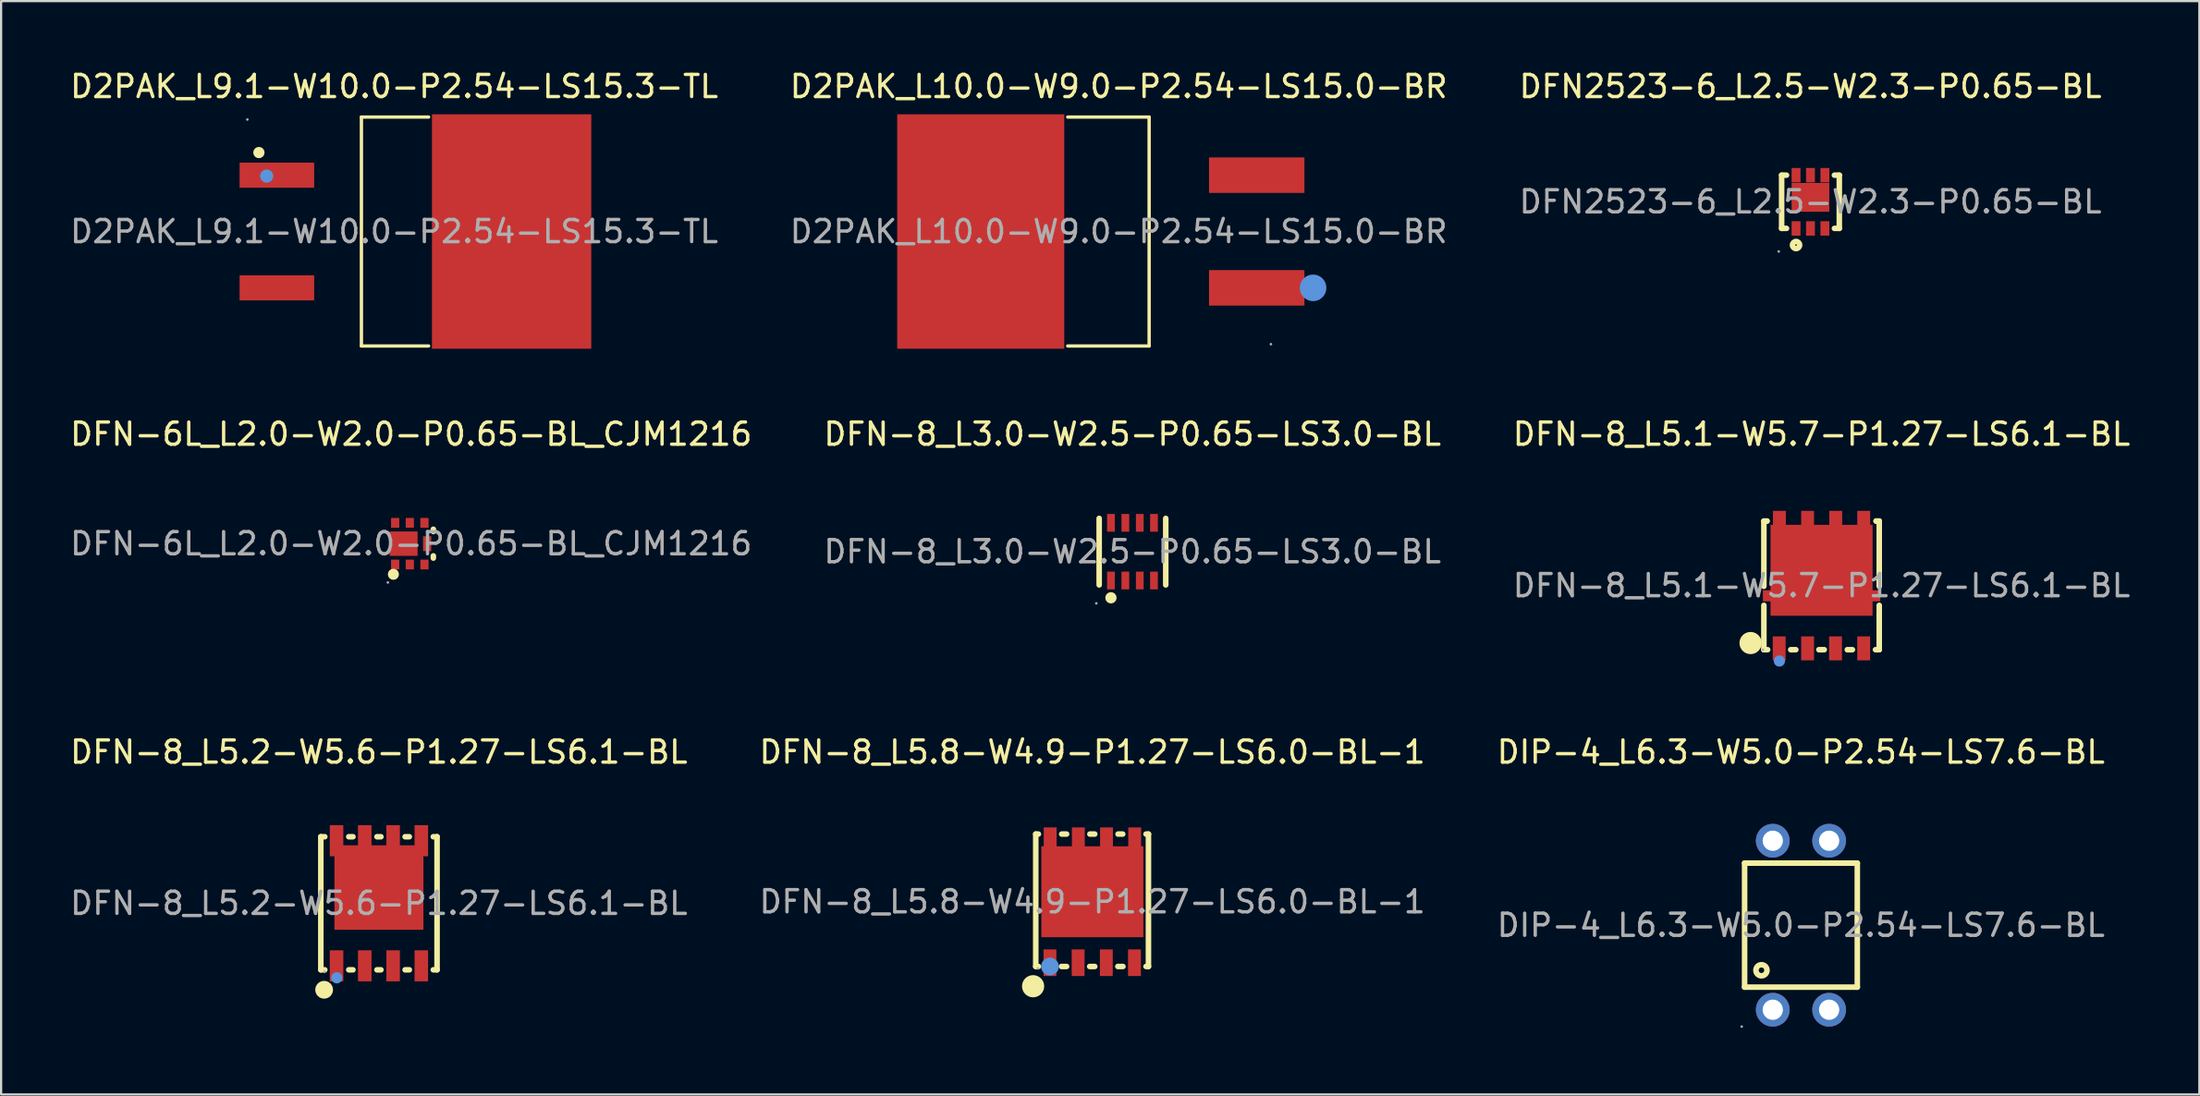
<source format=kicad_pcb>
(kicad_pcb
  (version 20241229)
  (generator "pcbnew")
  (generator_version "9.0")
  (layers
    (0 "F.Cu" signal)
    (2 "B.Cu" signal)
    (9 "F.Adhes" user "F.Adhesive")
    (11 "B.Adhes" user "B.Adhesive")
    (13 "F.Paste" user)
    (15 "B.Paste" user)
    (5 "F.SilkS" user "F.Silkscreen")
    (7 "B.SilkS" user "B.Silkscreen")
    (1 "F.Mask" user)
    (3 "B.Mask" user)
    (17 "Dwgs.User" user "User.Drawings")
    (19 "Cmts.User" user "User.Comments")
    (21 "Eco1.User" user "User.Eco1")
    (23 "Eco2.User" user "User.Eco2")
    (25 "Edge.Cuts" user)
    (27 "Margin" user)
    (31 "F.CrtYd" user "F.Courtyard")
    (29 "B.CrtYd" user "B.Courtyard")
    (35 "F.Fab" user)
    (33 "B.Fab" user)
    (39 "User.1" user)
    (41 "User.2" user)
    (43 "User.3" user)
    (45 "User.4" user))
  (footprint "DFN-8_L5.1-W5.7-P1.27-LS6.1-BL"
    (layer "F.Cu")
    (at 79.054 23.352)
    (property "Reference" "DFN-8_L5.1-W5.7-P1.27-LS6.1-BL" (at 0 -6.83 0) (layer "F.SilkS") (effects (font (size 1 1) (thickness 0.15))))
    (attr through_hole)
    (fp_line (start -2.6 -2.91) (end -2.46 -2.91) (stroke (width 0.25) (type solid)) (layer "F.SilkS"))
    (fp_line (start -2.6 0.03) (end -2.6 -2.91) (stroke (width 0.25) (type solid)) (layer "F.SilkS"))
    (fp_line (start -2.6 2.89) (end -2.6 0.89) (stroke (width 0.25) (type solid)) (layer "F.SilkS"))
    (fp_line (start -2.6 2.89) (end -2.43 2.89) (stroke (width 0.25) (type solid)) (layer "F.SilkS"))
    (fp_line (start -2.5 -2.91) (end -2.46 -2.91) (stroke (width 0.25) (type solid)) (layer "F.SilkS"))
    (fp_line (start -1.39 2.89) (end -1.16 2.89) (stroke (width 0.25) (type solid)) (layer "F.SilkS"))
    (fp_line (start -0.12 2.89) (end 0.12 2.89) (stroke (width 0.25) (type solid)) (layer "F.SilkS"))
    (fp_line (start 1.16 2.89) (end 1.39 2.89) (stroke (width 0.25) (type solid)) (layer "F.SilkS"))
    (fp_line (start 2.43 2.89) (end 2.6 2.89) (stroke (width 0.25) (type solid)) (layer "F.SilkS"))
    (fp_line (start 2.46 -2.91) (end 2.5 -2.91) (stroke (width 0.25) (type solid)) (layer "F.SilkS"))
    (fp_line (start 2.46 -2.91) (end 2.6 -2.91) (stroke (width 0.25) (type solid)) (layer "F.SilkS"))
    (fp_line (start 2.6 -2.91) (end 2.6 0.03) (stroke (width 0.25) (type solid)) (layer "F.SilkS"))
    (fp_line (start 2.6 0.89) (end 2.6 2.89) (stroke (width 0.25) (type solid)) (layer "F.SilkS"))
    (fp_arc (start -3.2 2.59) (mid -3.2 2.59) (end -3.2 2.59) (stroke (width 0.5) (type solid)) (layer "F.SilkS"))
    (fp_circle (center -1.9 3.4) (end -1.77 3.4) (stroke (width 0.25) (type solid)) (fill no) (layer "Cmts.User"))
    (fp_circle (center -2.64 2.89) (end -2.61 2.89) (stroke (width 0.06) (type solid)) (fill no) (layer "F.Fab"))
    (fp_text user "${REFERENCE}" (at 0 0 0) (layer "F.Fab") (effects (font (size 1 1) (thickness 0.15))))
    (pad "1" smd rect (at -1.91 2.83 180) (size 0.58 1.08) (layers "F.Cu" "F.Mask" "F.Paste"))
    (pad "2" smd rect (at -0.63 2.83 180) (size 0.58 1.08) (layers "F.Cu" "F.Mask" "F.Paste"))
    (pad "3" smd rect (at 0.63 2.83 180) (size 0.58 1.08) (layers "F.Cu" "F.Mask" "F.Paste"))
    (pad "4" smd rect (at 1.9 2.83 180) (size 0.58 1.08) (layers "F.Cu" "F.Mask" "F.Paste"))
    (pad "5" smd rect (at 1.9 -2.83) (size 0.58 1.08) (layers "F.Cu" "F.Mask" "F.Paste"))
    (pad "6" smd rect (at 0.64 -2.83) (size 0.58 1.08) (layers "F.Cu" "F.Mask" "F.Paste"))
    (pad "7" smd rect (at -0.63 -2.83) (size 0.58 1.08) (layers "F.Cu" "F.Mask" "F.Paste"))
    (pad "8" smd rect (at -1.9 -2.83) (size 0.58 1.08) (layers "F.Cu" "F.Mask" "F.Paste"))
    (pad "9" smd rect (at -2.17 0.46 90) (size 0.5 0.95) (layers "F.Cu" "F.Mask" "F.Paste"))
    (pad "9" smd rect (at 0 -0.69) (size 4.6 4.1) (layers "F.Cu" "F.Mask" "F.Paste"))
    (pad "9" smd rect (at 2.17 0.46 270) (size 0.5 0.95) (layers "F.Cu" "F.Mask" "F.Paste")))
  (footprint "DFN2523-6_L2.5-W2.3-P0.65-BL"
    (layer "F.Cu")
    (at 78.554 6.048)
    (property "Reference" "DFN2523-6_L2.5-W2.3-P0.65-BL" (at 0 -5.2 0) (layer "F.SilkS") (effects (font (size 1 1) (thickness 0.15))))
    (attr through_hole)
    (fp_line (start -1.3 -1.2) (end -1.08 -1.2) (stroke (width 0.25) (type solid)) (layer "F.SilkS"))
    (fp_line (start -1.3 1.2) (end -1.3 -1.2) (stroke (width 0.25) (type solid)) (layer "F.SilkS"))
    (fp_line (start -1.3 1.2) (end -1.08 1.2) (stroke (width 0.25) (type solid)) (layer "F.SilkS"))
    (fp_line (start 1.08 -1.2) (end 1.3 -1.2) (stroke (width 0.25) (type solid)) (layer "F.SilkS"))
    (fp_line (start 1.08 1.2) (end 1.3 1.2) (stroke (width 0.25) (type solid)) (layer "F.SilkS"))
    (fp_line (start 1.3 -1.2) (end 1.3 1.2) (stroke (width 0.25) (type solid)) (layer "F.SilkS"))
    (fp_circle (center -0.65 1.95) (end -0.49 1.95) (stroke (width 0.25) (type solid)) (fill no) (layer "F.SilkS"))
    (fp_circle (center -1.43 2.24) (end -1.4 2.24) (stroke (width 0.06) (type solid)) (fill no) (layer "F.Fab"))
    (fp_text user "${REFERENCE}" (at 0 0 0) (layer "F.Fab") (effects (font (size 1 1) (thickness 0.15))))
    (pad "1" smd rect (at -0.65 1.2 180) (size 0.4 0.65) (layers "F.Cu" "F.Mask" "F.Paste"))
    (pad "2" smd rect (at 0 1.2 180) (size 0.4 0.65) (layers "F.Cu" "F.Mask" "F.Paste"))
    (pad "3" smd rect (at 0.65 1.2 180) (size 0.4 0.65) (layers "F.Cu" "F.Mask" "F.Paste"))
    (pad "4" smd rect (at 0.65 -1.2 180) (size 0.4 0.65) (layers "F.Cu" "F.Mask" "F.Paste"))
    (pad "5" smd rect (at 0 -1.2 180) (size 0.4 0.65) (layers "F.Cu" "F.Mask" "F.Paste"))
    (pad "6" smd rect (at -0.65 -1.2 180) (size 0.4 0.65) (layers "F.Cu" "F.Mask" "F.Paste"))
    (pad "6" smd rect (at 0 -0.2 270) (size 1.3 1.7) (layers "F.Cu" "F.Mask" "F.Paste")))
  (footprint "D2PAK_L10.0-W9.0-P2.54-LS15.0-BR"
    (layer "F.Cu")
    (at 47.375 7.388)
    (property "Reference" "D2PAK_L10.0-W9.0-P2.54-LS15.0-BR" (at 0 -6.54 0) (layer "F.SilkS") (effects (font (size 1 1) (thickness 0.15))))
    (attr through_hole)
    (fp_line (start -2.3 -5.16) (end 1.37 -5.16) (stroke (width 0.15) (type solid)) (layer "F.SilkS"))
    (fp_line (start -2.3 5.16) (end 1.37 5.16) (stroke (width 0.15) (type solid)) (layer "F.SilkS"))
    (fp_line (start 1.37 5.16) (end 1.37 -5.16) (stroke (width 0.15) (type solid)) (layer "F.SilkS"))
    (fp_circle (center 8.76 2.54) (end 9.06 2.54) (stroke (width 0.6) (type solid)) (fill no) (layer "Cmts.User"))
    (fp_circle (center 6.86 5.08) (end 6.89 5.08) (stroke (width 0.06) (type solid)) (fill no) (layer "F.Fab"))
    (fp_text user "${REFERENCE}" (at 0 0 0) (layer "F.Fab") (effects (font (size 1 1) (thickness 0.15))))
    (pad "1" smd rect (at 6.22 2.54 180) (size 4.3 1.6) (layers "F.Cu" "F.Mask" "F.Paste"))
    (pad "2" smd rect (at -6.22 0 180) (size 7.53 10.57) (layers "F.Cu" "F.Mask" "F.Paste"))
    (pad "3" smd rect (at 6.22 -2.54 180) (size 4.3 1.6) (layers "F.Cu" "F.Mask" "F.Paste")))
  (footprint "D2PAK_L9.1-W10.0-P2.54-LS15.3-TL"
    (layer "F.Cu")
    (at 14.72 7.388)
    (property "Reference" "D2PAK_L9.1-W10.0-P2.54-LS15.3-TL" (at 0 -6.54 0) (layer "F.SilkS") (effects (font (size 1 1) (thickness 0.15))))
    (attr through_hole)
    (fp_line (start -1.48 -5.16) (end -1.48 5.16) (stroke (width 0.15) (type solid)) (layer "F.SilkS"))
    (fp_line (start 1.55 -5.16) (end -1.48 -5.16) (stroke (width 0.15) (type solid)) (layer "F.SilkS"))
    (fp_line (start 1.55 5.16) (end -1.48 5.16) (stroke (width 0.15) (type solid)) (layer "F.SilkS"))
    (fp_circle (center -6.1 -3.56) (end -5.97 -3.56) (stroke (width 0.25) (type solid)) (fill no) (layer "F.SilkS"))
    (fp_circle (center -5.75 -2.5) (end -5.6 -2.5) (stroke (width 0.3) (type solid)) (fill no) (layer "Cmts.User"))
    (fp_circle (center -6.62 -5.05) (end -6.59 -5.05) (stroke (width 0.06) (type solid)) (fill no) (layer "F.Fab"))
    (fp_text user "${REFERENCE}" (at 0 0 0) (layer "F.Fab") (effects (font (size 1 1) (thickness 0.15))))
    (pad "1" smd rect (at -5.29 -2.54) (size 3.36 1.13) (layers "F.Cu" "F.Mask" "F.Paste"))
    (pad "3" smd rect (at -5.29 2.54) (size 3.36 1.13) (layers "F.Cu" "F.Mask" "F.Paste"))
    (pad "4" smd rect (at 5.29 0) (size 7.18 10.57) (layers "F.Cu" "F.Mask" "F.Paste")))
  (footprint "DFN-8_L5.2-W5.6-P1.27-LS6.1-BL"
    (layer "F.Cu")
    (at 14.03 37.675)
    (property "Reference" "DFN-8_L5.2-W5.6-P1.27-LS6.1-BL" (at 0 -6.82 0) (layer "F.SilkS") (effects (font (size 1 1) (thickness 0.15))))
    (attr through_hole)
    (fp_line (start -2.62 -3) (end -2.44 -3) (stroke (width 0.25) (type solid)) (layer "F.SilkS"))
    (fp_line (start -2.62 3) (end -2.62 -3) (stroke (width 0.25) (type solid)) (layer "F.SilkS"))
    (fp_line (start -2.62 3) (end -2.44 3) (stroke (width 0.25) (type solid)) (layer "F.SilkS"))
    (fp_line (start -1.36 -3) (end -1.17 -3) (stroke (width 0.25) (type solid)) (layer "F.SilkS"))
    (fp_line (start -1.36 3) (end -1.17 3) (stroke (width 0.25) (type solid)) (layer "F.SilkS"))
    (fp_line (start -0.09 -3) (end 0.09 -3) (stroke (width 0.25) (type solid)) (layer "F.SilkS"))
    (fp_line (start -0.09 3) (end 0.09 3) (stroke (width 0.25) (type solid)) (layer "F.SilkS"))
    (fp_line (start 1.18 -3) (end 1.37 -3) (stroke (width 0.25) (type solid)) (layer "F.SilkS"))
    (fp_line (start 1.18 3) (end 1.37 3) (stroke (width 0.25) (type solid)) (layer "F.SilkS"))
    (fp_line (start 2.45 -3) (end 2.62 -3) (stroke (width 0.25) (type solid)) (layer "F.SilkS"))
    (fp_line (start 2.45 3) (end 2.62 3) (stroke (width 0.25) (type solid)) (layer "F.SilkS"))
    (fp_line (start 2.62 3) (end 2.62 -3) (stroke (width 0.25) (type solid)) (layer "F.SilkS"))
    (fp_arc (start -2.47 3.9) (mid -2.47 3.9) (end -2.47 3.9) (stroke (width 0.4) (type solid)) (layer "F.SilkS"))
    (fp_circle (center -1.9 3.36) (end -1.77 3.36) (stroke (width 0.25) (type solid)) (fill no) (layer "Cmts.User"))
    (fp_circle (center -2.45 3.09) (end -2.42 3.09) (stroke (width 0.06) (type solid)) (fill no) (layer "F.Fab"))
    (fp_text user "${REFERENCE}" (at 0 0 0) (layer "F.Fab") (effects (font (size 1 1) (thickness 0.15))))
    (pad "1" smd rect (at -1.91 2.82) (size 0.61 1.4) (layers "F.Cu" "F.Mask" "F.Paste"))
    (pad "2" smd rect (at -0.64 2.82) (size 0.61 1.4) (layers "F.Cu" "F.Mask" "F.Paste"))
    (pad "3" smd rect (at 0.64 2.82) (size 0.61 1.4) (layers "F.Cu" "F.Mask" "F.Paste"))
    (pad "4" smd rect (at 1.91 2.82) (size 0.61 1.4) (layers "F.Cu" "F.Mask" "F.Paste"))
    (pad "5" smd rect (at 1.91 -2.82) (size 0.61 1.4) (layers "F.Cu" "F.Mask" "F.Paste"))
    (pad "6" smd rect (at 0.64 -2.82) (size 0.61 1.4) (layers "F.Cu" "F.Mask" "F.Paste"))
    (pad "7" smd rect (at -0.64 -2.82) (size 0.61 1.4) (layers "F.Cu" "F.Mask" "F.Paste"))
    (pad "8" smd rect (at -1.91 -2.82) (size 0.61 1.4) (layers "F.Cu" "F.Mask" "F.Paste"))
    (pad "9" smd rect (at 0 -0.71 90) (size 3.81 4.01) (layers "F.Cu" "F.Mask" "F.Paste")))
  (footprint "DFN-6L_L2.0-W2.0-P0.65-BL_CJM1216"
    (layer "F.Cu")
    (at 15.482 21.462)
    (property "Reference" "DFN-6L_L2.0-W2.0-P0.65-BL_CJM1216" (at 0 -4.94 0) (layer "F.SilkS") (effects (font (size 1 1) (thickness 0.15))))
    (attr through_hole)
    (fp_line (start 1 -0.65) (end 1 -0.55) (stroke (width 0.25) (type solid)) (layer "F.SilkS"))
    (fp_line (start 1 0.55) (end 1 0.65) (stroke (width 0.25) (type solid)) (layer "F.SilkS"))
    (fp_arc (start -0.8 1.38) (mid -0.8 1.38) (end -0.8 1.38) (stroke (width 0.25) (type solid)) (layer "F.SilkS"))
    (fp_circle (center -1.05 1.75) (end -1.02 1.75) (stroke (width 0.06) (type solid)) (fill no) (layer "F.Fab"))
    (fp_text user "${REFERENCE}" (at 0 0 0) (layer "F.Fab") (effects (font (size 1 1) (thickness 0.15))))
    (pad "1" smd rect (at -0.72 0.94 90) (size 0.44 0.37) (layers "F.Cu" "F.Mask" "F.Paste"))
    (pad "2" smd rect (at -0.06 0.94 90) (size 0.44 0.37) (layers "F.Cu" "F.Mask" "F.Paste"))
    (pad "3" smd rect (at 0.6 0.94 90) (size 0.44 0.37) (layers "F.Cu" "F.Mask" "F.Paste"))
    (pad "4" smd rect (at 0.6 -0.94 90) (size 0.44 0.37) (layers "F.Cu" "F.Mask" "F.Paste"))
    (pad "5" smd rect (at -0.06 -0.94 90) (size 0.44 0.37) (layers "F.Cu" "F.Mask" "F.Paste"))
    (pad "6" smd rect (at -0.72 -0.94 90) (size 0.44 0.37) (layers "F.Cu" "F.Mask" "F.Paste"))
    (pad "7" smd rect (at -0.34 0 90) (size 1.1 1.26) (layers "F.Cu" "F.Mask" "F.Paste"))
    (pad "8" smd rect (at 0.72 0 90) (size 0.67 0.37) (layers "F.Cu" "F.Mask" "F.Paste")))
  (footprint "DFN-8_L3.0-W2.5-P0.65-LS3.0-BL"
    (layer "F.Cu")
    (at 47.994 21.822)
    (property "Reference" "DFN-8_L3.0-W2.5-P0.65-LS3.0-BL" (at 0 -5.3 0) (layer "F.SilkS") (effects (font (size 1 1) (thickness 0.15))))
    (attr through_hole)
    (fp_line (start -1.5 1.5) (end -1.5 -1.5) (stroke (width 0.25) (type solid)) (layer "F.SilkS"))
    (fp_line (start 1.5 1.5) (end 1.5 -1.5) (stroke (width 0.25) (type solid)) (layer "F.SilkS"))
    (fp_circle (center -0.97 2.08) (end -0.84 2.08) (stroke (width 0.25) (type solid)) (fill no) (layer "F.SilkS"))
    (fp_circle (center -1.63 2.33) (end -1.6 2.33) (stroke (width 0.06) (type solid)) (fill no) (layer "F.Fab"))
    (fp_text user "${REFERENCE}" (at 0 0 0) (layer "F.Fab") (effects (font (size 1 1) (thickness 0.15))))
    (pad "1" smd rect (at -0.97 1.3 90) (size 0.8 0.35) (layers "F.Cu" "F.Mask" "F.Paste"))
    (pad "2" smd rect (at -0.32 1.3 90) (size 0.8 0.35) (layers "F.Cu" "F.Mask" "F.Paste"))
    (pad "3" smd rect (at 0.33 1.3 90) (size 0.8 0.35) (layers "F.Cu" "F.Mask" "F.Paste"))
    (pad "4" smd rect (at 0.97 1.3 90) (size 0.8 0.35) (layers "F.Cu" "F.Mask" "F.Paste"))
    (pad "5" smd rect (at 0.97 -1.3 90) (size 0.8 0.35) (layers "F.Cu" "F.Mask" "F.Paste"))
    (pad "6" smd rect (at 0.33 -1.3 90) (size 0.8 0.35) (layers "F.Cu" "F.Mask" "F.Paste"))
    (pad "7" smd rect (at -0.32 -1.3 90) (size 0.8 0.35) (layers "F.Cu" "F.Mask" "F.Paste"))
    (pad "8" smd rect (at -0.97 -1.3 90) (size 0.8 0.35) (layers "F.Cu" "F.Mask" "F.Paste")))
  (footprint "DIP-4_L6.3-W5.0-P2.54-LS7.6-BL"
    (layer "F.Cu")
    (at 78.125 38.665)
    (property "Reference" "DIP-4_L6.3-W5.0-P2.54-LS7.6-BL" (at 0 -7.81 0) (layer "F.SilkS") (effects (font (size 1 1) (thickness 0.15))))
    (attr through_hole)
    (fp_line (start -2.54 -2.8) (end -2.54 2.79) (stroke (width 0.25) (type solid)) (layer "F.SilkS"))
    (fp_line (start -2.54 -2.8) (end 2.54 -2.8) (stroke (width 0.25) (type solid)) (layer "F.SilkS"))
    (fp_line (start -2.54 2.79) (end 2.54 2.79) (stroke (width 0.25) (type solid)) (layer "F.SilkS"))
    (fp_line (start 2.54 -2.8) (end 2.54 2.79) (stroke (width 0.25) (type solid)) (layer "F.SilkS"))
    (fp_circle (center -1.78 2.03) (end -1.53 2.03) (stroke (width 0.25) (type solid)) (fill no) (layer "F.SilkS"))
    (fp_circle (center -2.67 4.57) (end -2.64 4.57) (stroke (width 0.06) (type solid)) (fill no) (layer "F.Fab"))
    (fp_circle (center -1.27 -3.81) (end -1.09 -3.81) (stroke (width 0.36) (type solid)) (fill no) (layer "F.Fab"))
    (fp_circle (center -1.27 3.81) (end -1.09 3.81) (stroke (width 0.36) (type solid)) (fill no) (layer "F.Fab"))
    (fp_circle (center 1.27 -3.81) (end 1.45 -3.81) (stroke (width 0.36) (type solid)) (fill no) (layer "F.Fab"))
    (fp_circle (center 1.27 3.81) (end 1.45 3.81) (stroke (width 0.36) (type solid)) (fill no) (layer "F.Fab"))
    (fp_text user "${REFERENCE}" (at 0 0 0) (layer "F.Fab") (effects (font (size 1 1) (thickness 0.15))))
    (pad "1" thru_hole circle (at -1.27 3.81) (size 1.52 1.52) (drill 0.914) (layers "*.Cu" "*.Paste" "*.Mask"))
    (pad "2" thru_hole circle (at 1.27 3.81) (size 1.52 1.52) (drill 0.914) (layers "*.Cu" "*.Paste" "*.Mask"))
    (pad "3" thru_hole circle (at 1.27 -3.81) (size 1.52 1.52) (drill 0.914) (layers "*.Cu" "*.Paste" "*.Mask"))
    (pad "4" thru_hole circle (at -1.27 -3.81) (size 1.52 1.52) (drill 0.914) (layers "*.Cu" "*.Paste" "*.Mask")))
  (footprint "DFN-8_L5.8-W4.9-P1.27-LS6.0-BL-1"
    (layer "F.Cu")
    (at 46.185 37.605)
    (property "Reference" "DFN-8_L5.8-W4.9-P1.27-LS6.0-BL-1" (at 0 -6.75 0) (layer "F.SilkS") (effects (font (size 1 1) (thickness 0.15))))
    (attr through_hole)
    (fp_line (start -2.55 -3.05) (end -2.43 -3.05) (stroke (width 0.25) (type solid)) (layer "F.SilkS"))
    (fp_line (start -2.55 2.92) (end -2.55 -3.05) (stroke (width 0.25) (type solid)) (layer "F.SilkS"))
    (fp_line (start -2.43 2.92) (end -2.55 2.92) (stroke (width 0.25) (type solid)) (layer "F.SilkS"))
    (fp_line (start -1.38 -3.05) (end -1.16 -3.05) (stroke (width 0.25) (type solid)) (layer "F.SilkS"))
    (fp_line (start -1.16 2.92) (end -1.39 2.92) (stroke (width 0.25) (type solid)) (layer "F.SilkS"))
    (fp_line (start -0.11 -3.05) (end 0.11 -3.05) (stroke (width 0.25) (type solid)) (layer "F.SilkS"))
    (fp_line (start 0.11 2.92) (end -0.12 2.92) (stroke (width 0.25) (type solid)) (layer "F.SilkS"))
    (fp_line (start 1.16 -3.05) (end 1.37 -3.05) (stroke (width 0.25) (type solid)) (layer "F.SilkS"))
    (fp_line (start 1.38 2.92) (end 1.15 2.92) (stroke (width 0.25) (type solid)) (layer "F.SilkS"))
    (fp_line (start 2.42 -3.05) (end 2.53 -3.05) (stroke (width 0.25) (type solid)) (layer "F.SilkS"))
    (fp_line (start 2.53 -3.05) (end 2.53 2.92) (stroke (width 0.25) (type solid)) (layer "F.SilkS"))
    (fp_line (start 2.53 2.92) (end 2.42 2.92) (stroke (width 0.25) (type solid)) (layer "F.SilkS"))
    (fp_arc (start -2.67 3.81) (mid -2.67 3.81) (end -2.67 3.81) (stroke (width 0.5) (type solid)) (layer "F.SilkS"))
    (fp_circle (center -1.91 2.92) (end -1.71 2.92) (stroke (width 0.4) (type solid)) (fill no) (layer "Cmts.User"))
    (fp_circle (center -2.45 3.01) (end -2.42 3.01) (stroke (width 0.06) (type solid)) (fill no) (layer "F.Fab"))
    (fp_text user "${REFERENCE}" (at 0 0 0) (layer "F.Fab") (effects (font (size 1 1) (thickness 0.15))))
    (pad "1" smd rect (at -1.91 2.75 180) (size 0.58 1.2) (layers "F.Cu" "F.Mask" "F.Paste"))
    (pad "2" smd rect (at -0.64 2.75 180) (size 0.58 1.2) (layers "F.Cu" "F.Mask" "F.Paste"))
    (pad "3" smd rect (at 0.63 2.75 180) (size 0.58 1.2) (layers "F.Cu" "F.Mask" "F.Paste"))
    (pad "4" smd rect (at 1.9 2.75 180) (size 0.58 1.2) (layers "F.Cu" "F.Mask" "F.Paste"))
    (pad "5" smd rect (at 1.91 -2.75) (size 0.58 1.2) (layers "F.Cu" "F.Mask" "F.Paste"))
    (pad "6" smd rect (at 0.64 -2.75) (size 0.58 1.2) (layers "F.Cu" "F.Mask" "F.Paste"))
    (pad "7" smd rect (at -0.63 -2.75) (size 0.58 1.2) (layers "F.Cu" "F.Mask" "F.Paste"))
    (pad "8" smd rect (at -1.9 -2.75) (size 0.58 1.2) (layers "F.Cu" "F.Mask" "F.Paste"))
    (pad "9" smd rect (at 0 -0.45) (size 4.6 4.1) (layers "F.Cu" "F.Mask" "F.Paste")))
  (gr_rect
    (start -3 -3)
    (end 96.083 46.295)
    (stroke (width 0.1) (type default))
    (fill no)
    (layer "Edge.Cuts")))
</source>
